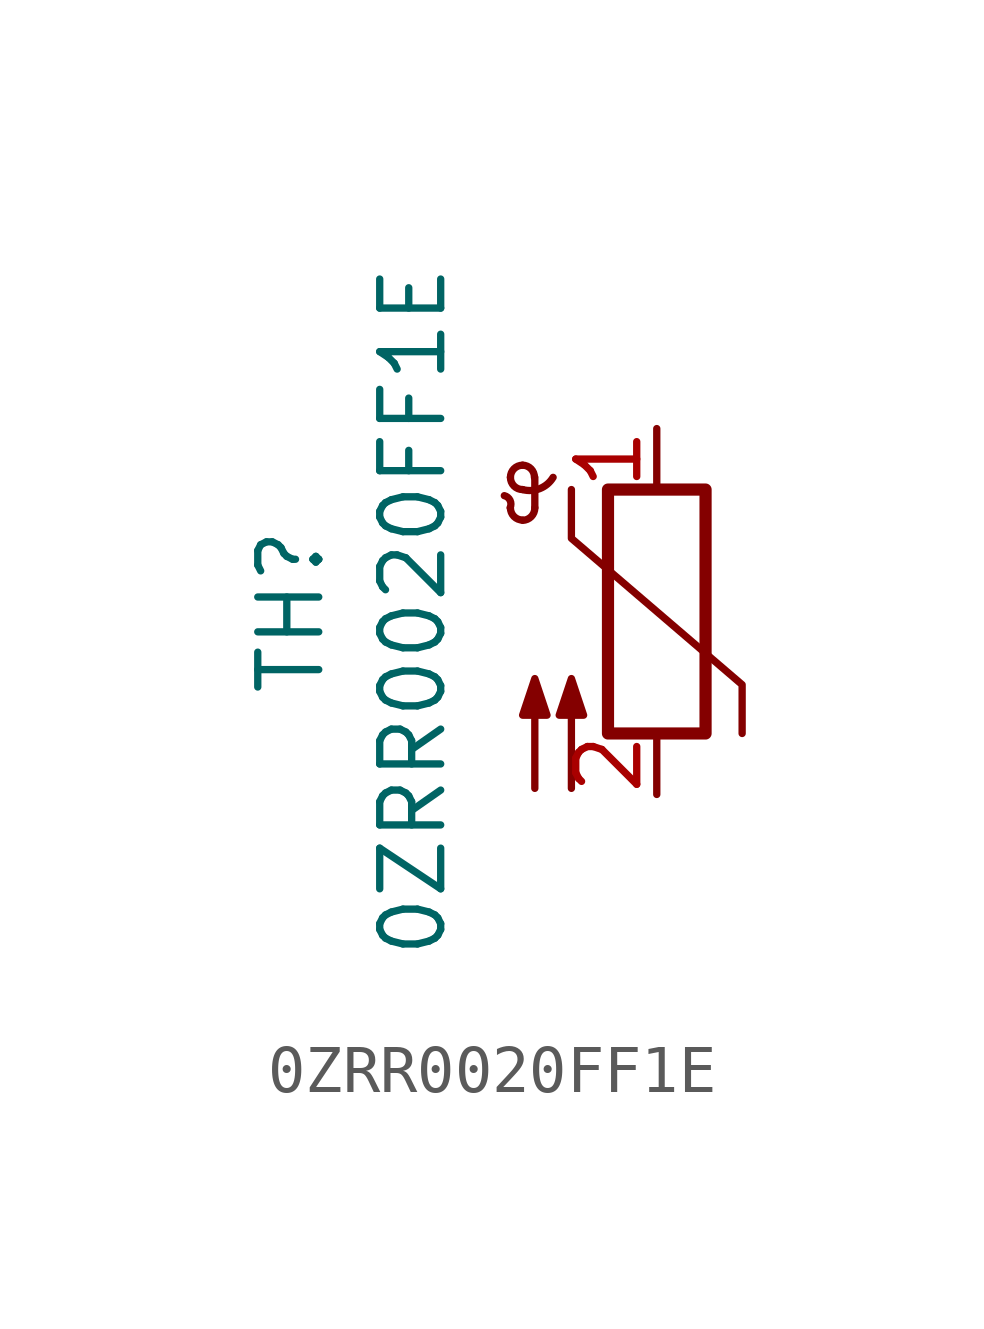
<source format=kicad_sym>
(kicad_symbol_lib
  (version 20211014)
  (generator kicad_symbol_editor)
  (symbol "0ZRR0020FF1E"
    (pin_names
      (offset 1.016))
    (property "Reference" "TH"
      (at -7.62 0 90)
      (effects (font (size 1.27 1.27))))
    (property "Value" "0ZRR0020FF1E"
      (at -5.08 0 90)
      (effects (font (size 1.27 1.27))))
    (symbol "0ZRR0020FF1E_1_1"
      (arc (start -3.048 2.159) (mid -3.0495 2.3143) (end -3.175 2.413) (stroke (width 0) (type default) (color 0 0 0 0)) (fill (type none)))
      (arc (start -3.048 2.159) (mid -2.9736 1.9794) (end -2.794 1.905) (stroke (width 0) (type default) (color 0 0 0 0)) (fill (type none)))
      (arc (start -3.048 2.794) (mid -2.9736 2.6144) (end -2.794 2.54) (stroke (width 0) (type default) (color 0 0 0 0)) (fill (type none)))
      (arc (start -2.794 1.905) (mid -2.6144 1.9794) (end -2.54 2.159) (stroke (width 0) (type default) (color 0 0 0 0)) (fill (type none)))
      (arc (start -2.794 2.54) (mid -2.4393 2.5587) (end -2.159 2.794) (stroke (width 0) (type default) (color 0 0 0 0)) (fill (type none)))
      (arc (start -2.794 3.048) (mid -2.9736 2.9736) (end -3.048 2.794) (stroke (width 0) (type default) (color 0 0 0 0)) (fill (type none)))
      (arc (start -2.54 2.794) (mid -2.6144 2.9736) (end -2.794 3.048) (stroke (width 0) (type default) (color 0 0 0 0)) (fill (type none)))
      (rectangle (start -1.016 2.54) (end 1.016 -2.54) (stroke (width 0.254) (type default) (color 0 0 0 0)) (fill (type none)))
      (polyline (pts (xy -2.54 2.159) (xy -2.54 2.794)) (stroke (width 0) (type default) (color 0 0 0 0)) (fill (type none)))
      (polyline (pts (xy -1.778 2.54) (xy -1.778 1.524) (xy 1.778 -1.524) (xy 1.778 -2.54)) (stroke (width 0) (type default) (color 0 0 0 0)) (fill (type none)))
      (polyline (pts (xy -2.54 -3.683) (xy -2.54 -1.397) (xy -2.794 -2.159) (xy -2.286 -2.159) (xy -2.54 -1.397) (xy -2.54 -1.651)) (stroke (width 0) (type default) (color 0 0 0 0)) (fill (type outline)))
      (polyline (pts (xy -1.778 -3.683) (xy -1.778 -1.397) (xy -2.032 -2.159) (xy -1.524 -2.159) (xy -1.778 -1.397) (xy -1.778 -1.651)) (stroke (width 0) (type default) (color 0 0 0 0)) (fill (type outline)))
      (pin passive line (at 0 3.81 270) (length 1.27) (name "~" (effects (font (size 1.27 1.27)))) (number "1" (effects (font (size 1.27 1.27)))))
      (pin passive line (at 0 -3.81 90) (length 1.27) (name "~" (effects (font (size 1.27 1.27)))) (number "2" (effects (font (size 1.27 1.27))))))))
</source>
